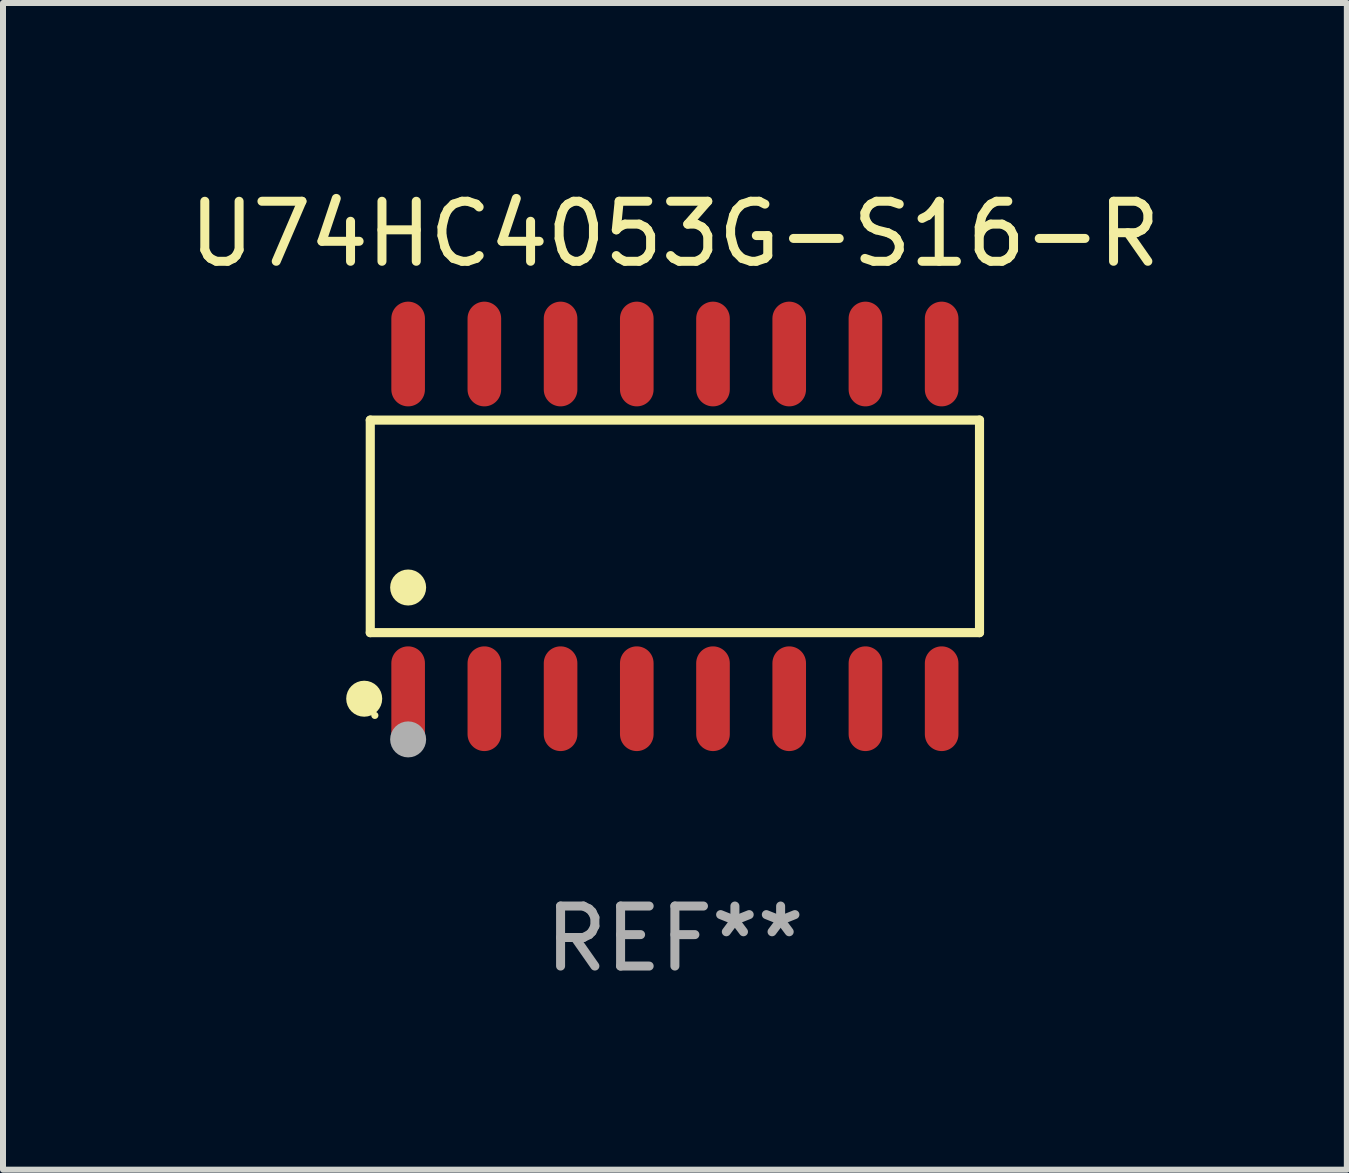
<source format=kicad_pcb>
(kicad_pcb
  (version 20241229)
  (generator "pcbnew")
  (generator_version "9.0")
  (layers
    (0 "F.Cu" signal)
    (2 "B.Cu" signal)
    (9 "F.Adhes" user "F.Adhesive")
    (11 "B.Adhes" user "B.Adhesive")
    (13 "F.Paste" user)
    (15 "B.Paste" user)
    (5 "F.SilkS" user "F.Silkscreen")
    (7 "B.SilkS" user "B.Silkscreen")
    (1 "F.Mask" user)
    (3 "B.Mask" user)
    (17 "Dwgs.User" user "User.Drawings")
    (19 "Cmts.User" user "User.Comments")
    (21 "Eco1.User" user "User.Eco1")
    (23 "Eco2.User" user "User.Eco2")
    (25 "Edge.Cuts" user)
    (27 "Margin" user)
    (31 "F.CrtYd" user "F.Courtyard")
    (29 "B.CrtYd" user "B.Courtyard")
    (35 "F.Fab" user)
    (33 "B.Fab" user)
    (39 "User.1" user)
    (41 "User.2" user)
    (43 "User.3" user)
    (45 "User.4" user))
  (footprint "U74HC4053G-S16-R"
    (layer "F.Cu")
    (at 8.196 5.721)
    (property "Reference" "U74HC4053G-S16-R" (at 0 -4.872 0) (layer "F.SilkS") (effects (font (size 1 1) (thickness 0.15))))
    (attr through_hole)
    (fp_line (start -5.076 -1.771) (end 5.076 -1.771) (stroke (width 0.152) (type solid)) (layer "F.SilkS"))
    (fp_line (start -5.076 1.771) (end -5.076 -1.771) (stroke (width 0.152) (type solid)) (layer "F.SilkS"))
    (fp_line (start 5.076 -1.771) (end 5.076 1.771) (stroke (width 0.152) (type solid)) (layer "F.SilkS"))
    (fp_line (start 5.076 1.771) (end -5.076 1.771) (stroke (width 0.152) (type solid)) (layer "F.SilkS"))
    (fp_circle (center -5.177 2.872) (end -5.027 2.872) (stroke (width 0.3) (type solid)) (fill no) (layer "F.SilkS"))
    (fp_circle (center -5 3.15) (end -4.97 3.15) (stroke (width 0.06) (type solid)) (fill no) (layer "F.SilkS"))
    (fp_circle (center -4.445 1.019) (end -4.295 1.019) (stroke (width 0.3) (type solid)) (fill no) (layer "F.SilkS"))
    (fp_circle (center -4.445 3.55) (end -4.295 3.55) (stroke (width 0.3) (type solid)) (fill no) (layer "F.Fab"))
    (fp_text user "REF**" (at 0 6.872 0) (layer "F.Fab") (effects (font (size 1 1) (thickness 0.15))))
    (pad "1" smd oval (at -4.445 2.872) (size 0.56 1.745) (layers "F.Cu" "F.Mask" "F.Paste"))
    (pad "2" smd oval (at -3.175 2.872) (size 0.56 1.745) (layers "F.Cu" "F.Mask" "F.Paste"))
    (pad "3" smd oval (at -1.905 2.872) (size 0.56 1.745) (layers "F.Cu" "F.Mask" "F.Paste"))
    (pad "4" smd oval (at -0.635 2.872) (size 0.56 1.745) (layers "F.Cu" "F.Mask" "F.Paste"))
    (pad "5" smd oval (at 0.635 2.872) (size 0.56 1.745) (layers "F.Cu" "F.Mask" "F.Paste"))
    (pad "6" smd oval (at 1.905 2.872) (size 0.56 1.745) (layers "F.Cu" "F.Mask" "F.Paste"))
    (pad "7" smd oval (at 3.175 2.872) (size 0.56 1.745) (layers "F.Cu" "F.Mask" "F.Paste"))
    (pad "8" smd oval (at 4.445 2.872) (size 0.56 1.745) (layers "F.Cu" "F.Mask" "F.Paste"))
    (pad "9" smd oval (at 4.445 -2.872) (size 0.56 1.745) (layers "F.Cu" "F.Mask" "F.Paste"))
    (pad "10" smd oval (at 3.175 -2.872) (size 0.56 1.745) (layers "F.Cu" "F.Mask" "F.Paste"))
    (pad "11" smd oval (at 1.905 -2.872) (size 0.56 1.745) (layers "F.Cu" "F.Mask" "F.Paste"))
    (pad "12" smd oval (at 0.635 -2.872) (size 0.56 1.745) (layers "F.Cu" "F.Mask" "F.Paste"))
    (pad "13" smd oval (at -0.635 -2.872) (size 0.56 1.745) (layers "F.Cu" "F.Mask" "F.Paste"))
    (pad "14" smd oval (at -1.905 -2.872) (size 0.56 1.745) (layers "F.Cu" "F.Mask" "F.Paste"))
    (pad "15" smd oval (at -3.175 -2.872) (size 0.56 1.745) (layers "F.Cu" "F.Mask" "F.Paste"))
    (pad "16" smd oval (at -4.445 -2.872) (size 0.56 1.745) (layers "F.Cu" "F.Mask" "F.Paste")))
  (gr_rect
    (start -3 -3)
    (end 19.393 16.441)
    (stroke (width 0.1) (type default))
    (fill no)
    (layer "Edge.Cuts")))
</source>
